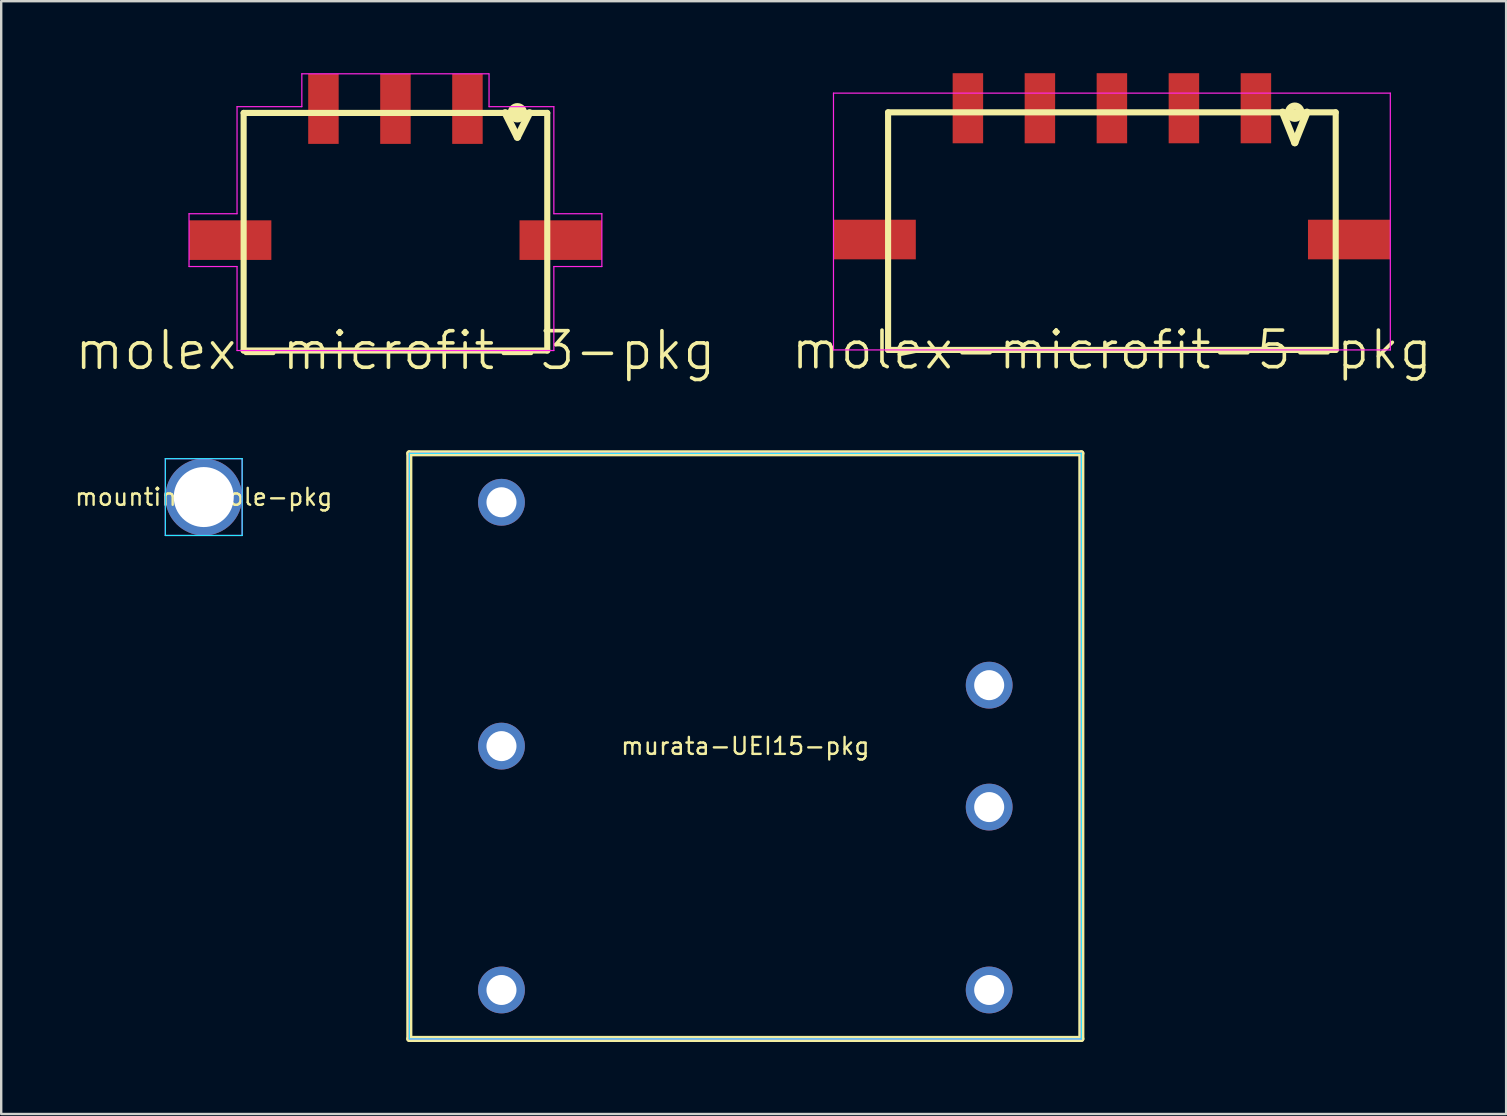
<source format=kicad_pcb>
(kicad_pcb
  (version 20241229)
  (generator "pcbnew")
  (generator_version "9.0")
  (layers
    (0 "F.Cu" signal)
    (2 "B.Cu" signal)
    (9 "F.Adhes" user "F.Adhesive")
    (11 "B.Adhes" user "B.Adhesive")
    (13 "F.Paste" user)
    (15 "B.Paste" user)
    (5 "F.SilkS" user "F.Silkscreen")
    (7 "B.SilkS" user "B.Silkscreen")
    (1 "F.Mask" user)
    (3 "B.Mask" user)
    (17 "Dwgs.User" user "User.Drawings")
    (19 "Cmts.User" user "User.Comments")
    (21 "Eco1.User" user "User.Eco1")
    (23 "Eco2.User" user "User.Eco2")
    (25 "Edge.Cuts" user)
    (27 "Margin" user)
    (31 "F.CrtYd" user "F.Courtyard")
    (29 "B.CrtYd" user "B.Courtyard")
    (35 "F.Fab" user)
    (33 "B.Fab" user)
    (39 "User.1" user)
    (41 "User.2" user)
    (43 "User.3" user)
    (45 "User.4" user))
  (footprint "mounting-hole-pkg"
    (layer "F.Cu")
    (at 5.439 17.66)
    (property "Reference" "mounting-hole-pkg" (at 0 0 0) (layer "F.SilkS") (effects (font (size 0.706 0.706) (thickness 0.1))))
    (attr through_hole)
    (fp_poly (pts (xy 1.95 0) (xy 1.913 -0.38) (xy 1.802 -0.746) (xy 1.621 -1.083) (xy 1.379 -1.379) (xy 1.083 -1.621) (xy 0.746 -1.802) (xy 0.38 -1.913) (xy 0 -1.95) (xy -0.38 -1.913) (xy -0.746 -1.802) (xy -1.083 -1.621) (xy -1.379 -1.379) (xy -1.621 -1.083) (xy -1.802 -0.746) (xy -1.913 -0.38) (xy -1.95 0) (xy -1.913 0.38) (xy -1.802 0.746) (xy -1.621 1.083) (xy -1.379 1.379) (xy -1.083 1.621) (xy -0.746 1.802) (xy -0.38 1.913) (xy 0 1.95) (xy 0.38 1.913) (xy 0.746 1.802) (xy 1.083 1.621) (xy 1.379 1.379) (xy 1.621 1.083) (xy 1.802 0.746) (xy 1.913 0.38)) (stroke (width 0) (type solid)) (fill yes) (layer "F.Mask"))
    (fp_poly (pts (xy 1.95 0) (xy 1.913 -0.38) (xy 1.802 -0.746) (xy 1.621 -1.083) (xy 1.379 -1.379) (xy 1.083 -1.621) (xy 0.746 -1.802) (xy 0.38 -1.913) (xy 0 -1.95) (xy -0.38 -1.913) (xy -0.746 -1.802) (xy -1.083 -1.621) (xy -1.379 -1.379) (xy -1.621 -1.083) (xy -1.802 -0.746) (xy -1.913 -0.38) (xy -1.95 0) (xy -1.913 0.38) (xy -1.802 0.746) (xy -1.621 1.083) (xy -1.379 1.379) (xy -1.083 1.621) (xy -0.746 1.802) (xy -0.38 1.913) (xy 0 1.95) (xy 0.38 1.913) (xy 0.746 1.802) (xy 1.083 1.621) (xy 1.379 1.379) (xy 1.621 1.083) (xy 1.802 0.746) (xy 1.913 0.38)) (stroke (width 0) (type solid)) (fill yes) (layer "B.Mask"))
    (fp_line (start -1.6 -1.6) (end -1.6 1.6) (stroke (width 0.05) (type solid)) (layer "B.CrtYd"))
    (fp_line (start -1.6 1.6) (end 1.6 1.6) (stroke (width 0.05) (type solid)) (layer "B.CrtYd"))
    (fp_line (start 1.6 -1.6) (end -1.6 -1.6) (stroke (width 0.05) (type solid)) (layer "B.CrtYd"))
    (fp_line (start 1.6 1.6) (end 1.6 -1.6) (stroke (width 0.05) (type solid)) (layer "B.CrtYd"))
    (fp_line (start -1.6 -1.6) (end -1.6 1.6) (stroke (width 0.05) (type solid)) (layer "F.CrtYd"))
    (fp_line (start -1.6 1.6) (end 1.6 1.6) (stroke (width 0.05) (type solid)) (layer "F.CrtYd"))
    (fp_line (start 1.6 -1.6) (end -1.6 -1.6) (stroke (width 0.05) (type solid)) (layer "F.CrtYd"))
    (fp_line (start 1.6 1.6) (end 1.6 -1.6) (stroke (width 0.05) (type solid)) (layer "F.CrtYd"))
    (pad "1" thru_hole circle (at 0 0) (size 3.2 3.2) (drill 2.5) (layers "*.Cu")))
  (footprint "murata-UEI15-pkg"
    (layer "F.Cu")
    (at 28.004 28.037)
    (property "Reference" "murata-UEI15-pkg" (at 0 0 0) (layer "F.SilkS") (effects (font (size 0.706 0.706) (thickness 0.1))))
    (attr through_hole)
    (fp_line (start -14 -12.2) (end -14 12.2) (stroke (width 0.254) (type solid)) (layer "F.SilkS"))
    (fp_line (start -14 12.2) (end 14 12.2) (stroke (width 0.254) (type solid)) (layer "F.SilkS"))
    (fp_line (start 14 -12.2) (end -14 -12.2) (stroke (width 0.254) (type solid)) (layer "F.SilkS"))
    (fp_line (start 14 12.2) (end 14 -12.2) (stroke (width 0.254) (type solid)) (layer "F.SilkS"))
    (fp_line (start -14 -12.2) (end -14 12.2) (stroke (width 0.05) (type solid)) (layer "B.CrtYd"))
    (fp_line (start -14 12.2) (end 14 12.2) (stroke (width 0.05) (type solid)) (layer "B.CrtYd"))
    (fp_line (start 14 -12.2) (end -14 -12.2) (stroke (width 0.05) (type solid)) (layer "B.CrtYd"))
    (fp_line (start 14 12.2) (end 14 -12.2) (stroke (width 0.05) (type solid)) (layer "B.CrtYd"))
    (fp_line (start -14 -12.2) (end -14 12.2) (stroke (width 0.05) (type solid)) (layer "F.CrtYd"))
    (fp_line (start -14 12.2) (end 14 12.2) (stroke (width 0.05) (type solid)) (layer "F.CrtYd"))
    (fp_line (start 14 -12.2) (end -14 -12.2) (stroke (width 0.05) (type solid)) (layer "F.CrtYd"))
    (fp_line (start 14 12.2) (end 14 -12.2) (stroke (width 0.05) (type solid)) (layer "F.CrtYd"))
    (pad "1" thru_hole circle (at 10.16 -2.54) (size 1.95 1.95) (drill 1.25) (layers "*.Cu" "*.Mask"))
    (pad "2" thru_hole circle (at 10.16 2.54) (size 1.95 1.95) (drill 1.25) (layers "*.Cu" "*.Mask"))
    (pad "3" thru_hole circle (at -10.16 -10.16) (size 1.95 1.95) (drill 1.25) (layers "*.Cu" "*.Mask"))
    (pad "4" thru_hole circle (at -10.16 0) (size 1.95 1.95) (drill 1.25) (layers "*.Cu" "*.Mask"))
    (pad "5" thru_hole circle (at -10.16 10.16) (size 1.95 1.95) (drill 1.25) (layers "*.Cu" "*.Mask"))
    (pad "6" thru_hole circle (at 10.16 10.16) (size 1.95 1.95) (drill 1.25) (layers "*.Cu" "*.Mask")))
  (footprint "molex-microfit-3-pkg"
    (layer "F.Cu")
    (at 13.426 11.555)
    (property "Reference" "molex-microfit-3-pkg" (at 0 0 0) (layer "F.SilkS") (effects (font (size 1.524 1.524) (thickness 0.15))))
    (attr through_hole)
    (fp_line (start -6.325 -9.9) (end -6.325 0) (stroke (width 0.254) (type solid)) (layer "F.SilkS"))
    (fp_line (start -6.325 0) (end 6.325 0) (stroke (width 0.254) (type solid)) (layer "F.SilkS"))
    (fp_line (start 4.572 -9.906) (end 5.08 -8.89) (stroke (width 0.3) (type solid)) (layer "F.SilkS"))
    (fp_line (start 5.08 -8.89) (end 5.588 -9.906) (stroke (width 0.3) (type solid)) (layer "F.SilkS"))
    (fp_line (start 6.325 -9.9) (end -6.325 -9.9) (stroke (width 0.254) (type solid)) (layer "F.SilkS"))
    (fp_line (start 6.325 0) (end 6.325 -9.9) (stroke (width 0.254) (type solid)) (layer "F.SilkS"))
    (fp_circle (center 5.08 -9.906) (end 5.08 -10.16) (stroke (width 0.3) (type solid)) (fill no) (layer "F.SilkS"))
    (fp_line (start -8.6 -3.5) (end -8.6 -5.7) (stroke (width 0.05) (type solid)) (layer "F.CrtYd"))
    (fp_line (start -6.6 -10.16) (end -6.6 -5.7) (stroke (width 0.05) (type solid)) (layer "F.CrtYd"))
    (fp_line (start -6.6 -5.7) (end -8.6 -5.7) (stroke (width 0.05) (type solid)) (layer "F.CrtYd"))
    (fp_line (start -6.6 -3.5) (end -8.6 -3.5) (stroke (width 0.05) (type solid)) (layer "F.CrtYd"))
    (fp_line (start -6.6 -3.5) (end -6.6 0) (stroke (width 0.05) (type solid)) (layer "F.CrtYd"))
    (fp_line (start -6.6 0) (end 6.6 0) (stroke (width 0.05) (type solid)) (layer "F.CrtYd"))
    (fp_line (start -3.9 -11.53) (end -3.9 -10.16) (stroke (width 0.05) (type solid)) (layer "F.CrtYd"))
    (fp_line (start -3.9 -11.53) (end 3.89 -11.53) (stroke (width 0.05) (type solid)) (layer "F.CrtYd"))
    (fp_line (start -3.9 -10.16) (end -6.6 -10.16) (stroke (width 0.05) (type solid)) (layer "F.CrtYd"))
    (fp_line (start 3.9 -11.53) (end 3.9 -10.16) (stroke (width 0.05) (type solid)) (layer "F.CrtYd"))
    (fp_line (start 6.6 -10.16) (end 3.9 -10.16) (stroke (width 0.05) (type solid)) (layer "F.CrtYd"))
    (fp_line (start 6.6 -10.16) (end 6.6 -5.7) (stroke (width 0.05) (type solid)) (layer "F.CrtYd"))
    (fp_line (start 6.6 -3.5) (end 6.6 0) (stroke (width 0.05) (type solid)) (layer "F.CrtYd"))
    (fp_line (start 8.6 -5.7) (end 6.6 -5.7) (stroke (width 0.05) (type solid)) (layer "F.CrtYd"))
    (fp_line (start 8.6 -3.5) (end 6.6 -3.5) (stroke (width 0.05) (type solid)) (layer "F.CrtYd"))
    (fp_line (start 8.6 -3.5) (end 8.6 -5.7) (stroke (width 0.05) (type solid)) (layer "F.CrtYd"))
    (pad "1" smd rect (at 3 -10.07) (size 1.27 2.92) (layers "F.Cu" "F.Mask" "F.Paste"))
    (pad "2" smd rect (at 0 -10.07) (size 1.27 2.92) (layers "F.Cu" "F.Mask" "F.Paste"))
    (pad "3" smd rect (at -3 -10.07) (size 1.27 2.92) (layers "F.Cu" "F.Mask" "F.Paste"))
    (pad "4" smd rect (at 6.885 -4.6) (size 3.43 1.65) (layers "F.Cu" "F.Mask" "F.Paste"))
    (pad "5" smd rect (at -6.885 -4.6) (size 3.43 1.65) (layers "F.Cu" "F.Mask" "F.Paste")))
  (footprint "molex-microfit-5-pkg"
    (layer "F.Cu")
    (at 43.277 11.53)
    (property "Reference" "molex-microfit-5-pkg" (at 0 0 0) (layer "F.SilkS") (effects (font (size 1.524 1.524) (thickness 0.15))))
    (attr through_hole)
    (fp_line (start -9.325 -9.9) (end -9.325 0) (stroke (width 0.254) (type solid)) (layer "F.SilkS"))
    (fp_line (start -9.325 0) (end 9.325 0) (stroke (width 0.254) (type solid)) (layer "F.SilkS"))
    (fp_line (start 7.112 -9.906) (end 7.62 -8.636) (stroke (width 0.3) (type solid)) (layer "F.SilkS"))
    (fp_line (start 7.62 -8.636) (end 8.128 -9.906) (stroke (width 0.3) (type solid)) (layer "F.SilkS"))
    (fp_line (start 9.325 -9.9) (end -9.325 -9.9) (stroke (width 0.254) (type solid)) (layer "F.SilkS"))
    (fp_line (start 9.325 0) (end 9.325 -9.9) (stroke (width 0.254) (type solid)) (layer "F.SilkS"))
    (fp_circle (center 7.62 -9.906) (end 7.62 -10.16) (stroke (width 0.3) (type solid)) (fill no) (layer "F.SilkS"))
    (fp_line (start -11.6 -10.7) (end -11.6 0) (stroke (width 0.05) (type solid)) (layer "F.CrtYd"))
    (fp_line (start -11.6 0) (end 11.6 0) (stroke (width 0.05) (type solid)) (layer "F.CrtYd"))
    (fp_line (start 11.6 -10.7) (end -11.6 -10.7) (stroke (width 0.05) (type solid)) (layer "F.CrtYd"))
    (fp_line (start 11.6 0) (end 11.6 -10.7) (stroke (width 0.05) (type solid)) (layer "F.CrtYd"))
    (pad "1" smd rect (at 6 -10.07) (size 1.27 2.92) (layers "F.Cu" "F.Mask" "F.Paste"))
    (pad "2" smd rect (at 3 -10.07) (size 1.27 2.92) (layers "F.Cu" "F.Mask" "F.Paste"))
    (pad "3" smd rect (at 0 -10.07) (size 1.27 2.92) (layers "F.Cu" "F.Mask" "F.Paste"))
    (pad "4" smd rect (at -3 -10.07) (size 1.27 2.92) (layers "F.Cu" "F.Mask" "F.Paste"))
    (pad "5" smd rect (at -6 -10.07) (size 1.27 2.92) (layers "F.Cu" "F.Mask" "F.Paste"))
    (pad "6" smd rect (at 9.885 -4.6) (size 3.43 1.65) (layers "F.Cu" "F.Mask" "F.Paste"))
    (pad "7" smd rect (at -9.885 -4.6) (size 3.43 1.65) (layers "F.Cu" "F.Mask" "F.Paste")))
  (gr_rect
    (start -3 -3)
    (end 59.703 43.364)
    (stroke (width 0.1) (type default))
    (fill no)
    (layer "Edge.Cuts")))
</source>
